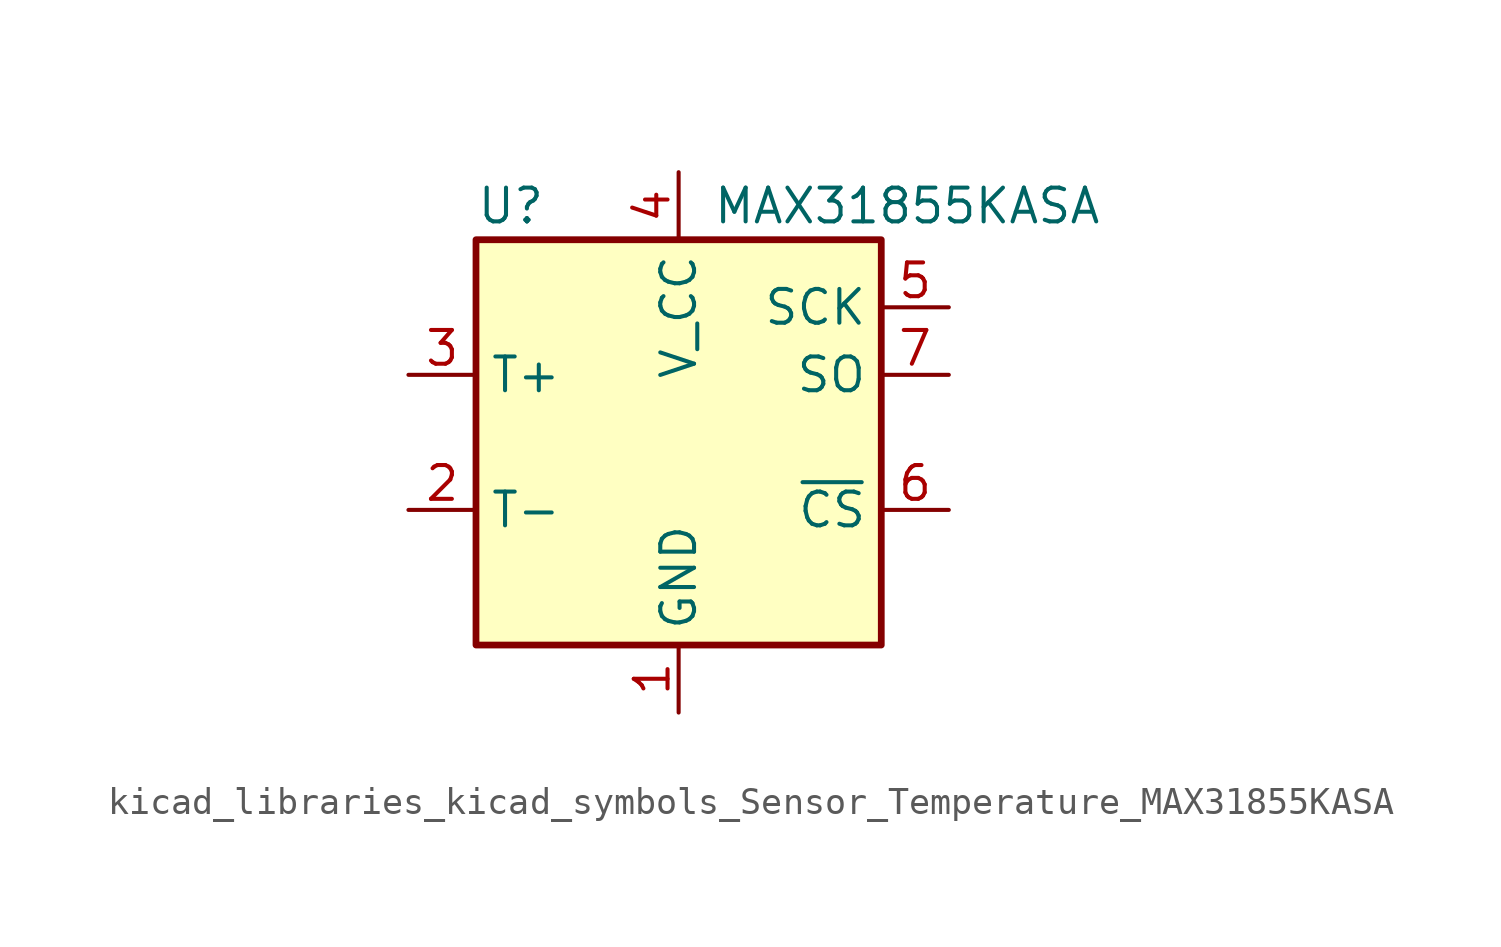
<source format=kicad_sym>
(kicad_symbol_lib
  (version 20220914)
  (generator kicad_symbol_editor)
  (symbol "kicad_libraries_kicad_symbols_Sensor_Temperature_MAX31855KASA"
    (property "Reference" "U"
      (at -7.62 8.89 0)
      (effects (font (size 1.27 1.27)) (justify left)))
    (property "Value" "MAX31855KASA"
      (at 1.27 8.89 0)
      (effects (font (size 1.27 1.27)) (justify left)))
    (symbol "kicad_libraries_kicad_symbols_Sensor_Temperature_MAX31855KASA_0_1"
      (rectangle (start -7.62 7.62) (end 7.62 -7.62) (stroke (width 0.254) (type default)) (fill (type background))))
    (symbol "kicad_libraries_kicad_symbols_Sensor_Temperature_MAX31855KASA_1_1"
      (pin power_in line (at 0 -10.16 90) (length 2.54) (name "GND" (effects (font (size 1.27 1.27)))) (number "1" (effects (font (size 1.27 1.27)))))
      (pin passive line (at -10.16 -2.54 0) (length 2.54) (name "T-" (effects (font (size 1.27 1.27)))) (number "2" (effects (font (size 1.27 1.27)))))
      (pin passive line (at -10.16 2.54 0) (length 2.54) (name "T+" (effects (font (size 1.27 1.27)))) (number "3" (effects (font (size 1.27 1.27)))))
      (pin power_in line (at 0 10.16 270) (length 2.54) (name "V_CC" (effects (font (size 1.27 1.27)))) (number "4" (effects (font (size 1.27 1.27)))))
      (pin input line (at 10.16 5.08 180) (length 2.54) (name "SCK" (effects (font (size 1.27 1.27)))) (number "5" (effects (font (size 1.27 1.27)))))
      (pin input line (at 10.16 -2.54 180) (length 2.54) (name "~{CS}" (effects (font (size 1.27 1.27)))) (number "6" (effects (font (size 1.27 1.27)))))
      (pin tri_state line (at 10.16 2.54 180) (length 2.54) (name "SO" (effects (font (size 1.27 1.27)))) (number "7" (effects (font (size 1.27 1.27))))))))
</source>
